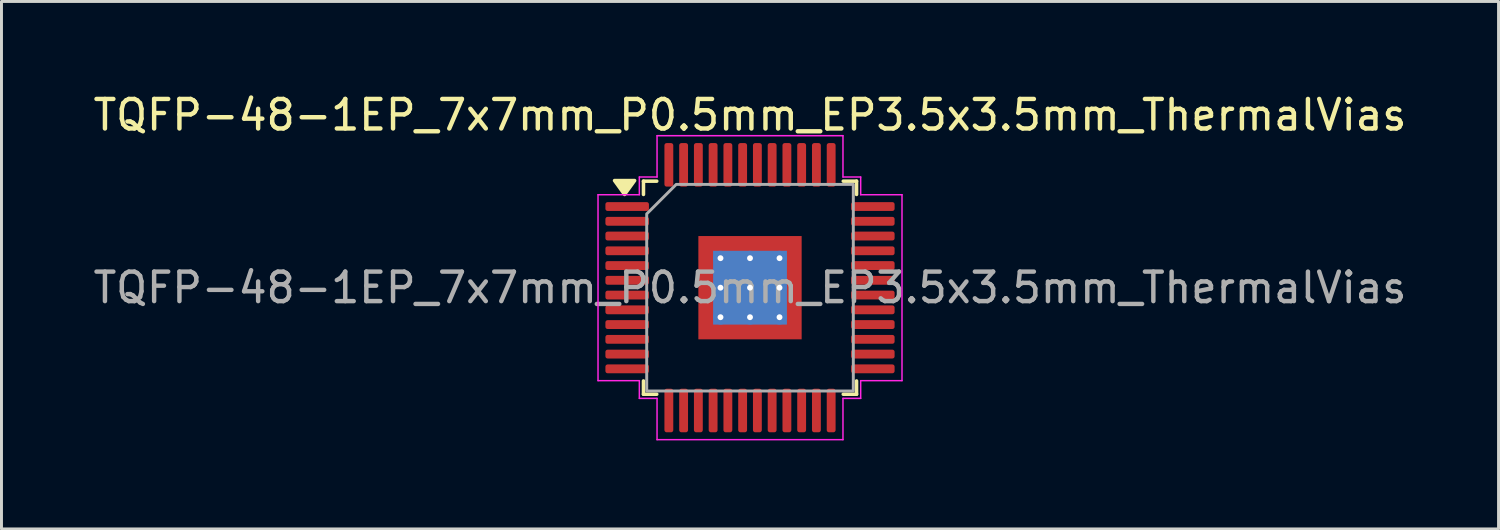
<source format=kicad_pcb>
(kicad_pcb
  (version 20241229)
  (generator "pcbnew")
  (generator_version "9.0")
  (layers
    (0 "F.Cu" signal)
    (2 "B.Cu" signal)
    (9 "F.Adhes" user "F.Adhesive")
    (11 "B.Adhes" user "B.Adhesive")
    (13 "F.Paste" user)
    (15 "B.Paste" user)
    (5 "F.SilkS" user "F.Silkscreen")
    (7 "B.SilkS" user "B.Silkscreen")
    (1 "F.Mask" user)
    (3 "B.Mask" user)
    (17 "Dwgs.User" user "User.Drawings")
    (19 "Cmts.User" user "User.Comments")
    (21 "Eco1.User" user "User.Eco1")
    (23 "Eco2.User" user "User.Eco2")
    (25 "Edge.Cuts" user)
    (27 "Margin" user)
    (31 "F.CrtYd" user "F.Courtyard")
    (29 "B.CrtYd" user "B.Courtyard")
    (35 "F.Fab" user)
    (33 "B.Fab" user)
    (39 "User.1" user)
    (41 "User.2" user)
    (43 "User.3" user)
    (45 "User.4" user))
  (footprint "TQFP-48-1EP_7x7mm_P0.5mm_EP3.5x3.5mm_ThermalVias"
    (layer "F.Cu")
    (at 22.363 6.698)
    (property "Reference" "TQFP-48-1EP_7x7mm_P0.5mm_EP3.5x3.5mm_ThermalVias" (at 0 -5.85 0) (layer "F.SilkS") (effects (font (size 1 1) (thickness 0.15))))
    (attr smd)
    (fp_line (start -3.61 -3.61) (end -3.16 -3.61) (stroke (width 0.12) (type solid)) (layer "F.SilkS"))
    (fp_line (start -3.61 -3.16) (end -3.61 -3.61) (stroke (width 0.12) (type solid)) (layer "F.SilkS"))
    (fp_line (start -3.61 3.61) (end -3.61 3.16) (stroke (width 0.12) (type solid)) (layer "F.SilkS"))
    (fp_line (start -3.16 3.61) (end -3.61 3.61) (stroke (width 0.12) (type solid)) (layer "F.SilkS"))
    (fp_line (start 3.16 -3.61) (end 3.61 -3.61) (stroke (width 0.12) (type solid)) (layer "F.SilkS"))
    (fp_line (start 3.61 -3.61) (end 3.61 -3.16) (stroke (width 0.12) (type solid)) (layer "F.SilkS"))
    (fp_line (start 3.61 3.16) (end 3.61 3.61) (stroke (width 0.12) (type solid)) (layer "F.SilkS"))
    (fp_line (start 3.61 3.61) (end 3.16 3.61) (stroke (width 0.12) (type solid)) (layer "F.SilkS"))
    (fp_poly (pts (xy -4.25 -3.16) (xy -4.59 -3.63) (xy -3.91 -3.63)) (stroke (width 0.12) (type solid)) (fill yes) (layer "F.SilkS"))
    (fp_line (start -5.15 -3.15) (end -3.75 -3.15) (stroke (width 0.05) (type solid)) (layer "F.CrtYd"))
    (fp_line (start -5.15 3.15) (end -5.15 -3.15) (stroke (width 0.05) (type solid)) (layer "F.CrtYd"))
    (fp_line (start -3.75 -3.75) (end -3.15 -3.75) (stroke (width 0.05) (type solid)) (layer "F.CrtYd"))
    (fp_line (start -3.75 -3.15) (end -3.75 -3.75) (stroke (width 0.05) (type solid)) (layer "F.CrtYd"))
    (fp_line (start -3.75 3.15) (end -5.15 3.15) (stroke (width 0.05) (type solid)) (layer "F.CrtYd"))
    (fp_line (start -3.75 3.75) (end -3.75 3.15) (stroke (width 0.05) (type solid)) (layer "F.CrtYd"))
    (fp_line (start -3.15 -5.15) (end 3.15 -5.15) (stroke (width 0.05) (type solid)) (layer "F.CrtYd"))
    (fp_line (start -3.15 -3.75) (end -3.15 -5.15) (stroke (width 0.05) (type solid)) (layer "F.CrtYd"))
    (fp_line (start -3.15 3.75) (end -3.75 3.75) (stroke (width 0.05) (type solid)) (layer "F.CrtYd"))
    (fp_line (start -3.15 5.15) (end -3.15 3.75) (stroke (width 0.05) (type solid)) (layer "F.CrtYd"))
    (fp_line (start 3.15 -5.15) (end 3.15 -3.75) (stroke (width 0.05) (type solid)) (layer "F.CrtYd"))
    (fp_line (start 3.15 -3.75) (end 3.75 -3.75) (stroke (width 0.05) (type solid)) (layer "F.CrtYd"))
    (fp_line (start 3.15 3.75) (end 3.15 5.15) (stroke (width 0.05) (type solid)) (layer "F.CrtYd"))
    (fp_line (start 3.15 5.15) (end -3.15 5.15) (stroke (width 0.05) (type solid)) (layer "F.CrtYd"))
    (fp_line (start 3.75 -3.75) (end 3.75 -3.15) (stroke (width 0.05) (type solid)) (layer "F.CrtYd"))
    (fp_line (start 3.75 -3.15) (end 5.15 -3.15) (stroke (width 0.05) (type solid)) (layer "F.CrtYd"))
    (fp_line (start 3.75 3.15) (end 3.75 3.75) (stroke (width 0.05) (type solid)) (layer "F.CrtYd"))
    (fp_line (start 3.75 3.75) (end 3.15 3.75) (stroke (width 0.05) (type solid)) (layer "F.CrtYd"))
    (fp_line (start 5.15 -3.15) (end 5.15 3.15) (stroke (width 0.05) (type solid)) (layer "F.CrtYd"))
    (fp_line (start 5.15 3.15) (end 3.75 3.15) (stroke (width 0.05) (type solid)) (layer "F.CrtYd"))
    (fp_poly (pts (xy -3.5 -2.5) (xy -3.5 3.5) (xy 3.5 3.5) (xy 3.5 -3.5) (xy -2.5 -3.5)) (stroke (width 0.1) (type solid)) (fill no) (layer "F.Fab"))
    (fp_text user "${REFERENCE}" (at 0 0 0) (layer "F.Fab") (effects (font (size 1 1) (thickness 0.15))))
    (pad "" smd roundrect (at -0.875 -0.875) (size 1.41 1.41) (layers "F.Paste") (roundrect_rratio 0.177))
    (pad "" smd roundrect (at -0.875 0.875) (size 1.41 1.41) (layers "F.Paste") (roundrect_rratio 0.177))
    (pad "" smd roundrect (at 0.875 -0.875) (size 1.41 1.41) (layers "F.Paste") (roundrect_rratio 0.177))
    (pad "" smd roundrect (at 0.875 0.875) (size 1.41 1.41) (layers "F.Paste") (roundrect_rratio 0.177))
    (pad "1" smd roundrect (at -4.162 -2.75) (size 1.475 0.3) (layers "F.Cu" "F.Mask" "F.Paste") (roundrect_rratio 0.25))
    (pad "2" smd roundrect (at -4.162 -2.25) (size 1.475 0.3) (layers "F.Cu" "F.Mask" "F.Paste") (roundrect_rratio 0.25))
    (pad "3" smd roundrect (at -4.162 -1.75) (size 1.475 0.3) (layers "F.Cu" "F.Mask" "F.Paste") (roundrect_rratio 0.25))
    (pad "4" smd roundrect (at -4.162 -1.25) (size 1.475 0.3) (layers "F.Cu" "F.Mask" "F.Paste") (roundrect_rratio 0.25))
    (pad "5" smd roundrect (at -4.162 -0.75) (size 1.475 0.3) (layers "F.Cu" "F.Mask" "F.Paste") (roundrect_rratio 0.25))
    (pad "6" smd roundrect (at -4.162 -0.25) (size 1.475 0.3) (layers "F.Cu" "F.Mask" "F.Paste") (roundrect_rratio 0.25))
    (pad "7" smd roundrect (at -4.162 0.25) (size 1.475 0.3) (layers "F.Cu" "F.Mask" "F.Paste") (roundrect_rratio 0.25))
    (pad "8" smd roundrect (at -4.162 0.75) (size 1.475 0.3) (layers "F.Cu" "F.Mask" "F.Paste") (roundrect_rratio 0.25))
    (pad "9" smd roundrect (at -4.162 1.25) (size 1.475 0.3) (layers "F.Cu" "F.Mask" "F.Paste") (roundrect_rratio 0.25))
    (pad "10" smd roundrect (at -4.162 1.75) (size 1.475 0.3) (layers "F.Cu" "F.Mask" "F.Paste") (roundrect_rratio 0.25))
    (pad "11" smd roundrect (at -4.162 2.25) (size 1.475 0.3) (layers "F.Cu" "F.Mask" "F.Paste") (roundrect_rratio 0.25))
    (pad "12" smd roundrect (at -4.162 2.75) (size 1.475 0.3) (layers "F.Cu" "F.Mask" "F.Paste") (roundrect_rratio 0.25))
    (pad "13" smd roundrect (at -2.75 4.162) (size 0.3 1.475) (layers "F.Cu" "F.Mask" "F.Paste") (roundrect_rratio 0.25))
    (pad "14" smd roundrect (at -2.25 4.162) (size 0.3 1.475) (layers "F.Cu" "F.Mask" "F.Paste") (roundrect_rratio 0.25))
    (pad "15" smd roundrect (at -1.75 4.162) (size 0.3 1.475) (layers "F.Cu" "F.Mask" "F.Paste") (roundrect_rratio 0.25))
    (pad "16" smd roundrect (at -1.25 4.162) (size 0.3 1.475) (layers "F.Cu" "F.Mask" "F.Paste") (roundrect_rratio 0.25))
    (pad "17" smd roundrect (at -0.75 4.162) (size 0.3 1.475) (layers "F.Cu" "F.Mask" "F.Paste") (roundrect_rratio 0.25))
    (pad "18" smd roundrect (at -0.25 4.162) (size 0.3 1.475) (layers "F.Cu" "F.Mask" "F.Paste") (roundrect_rratio 0.25))
    (pad "19" smd roundrect (at 0.25 4.162) (size 0.3 1.475) (layers "F.Cu" "F.Mask" "F.Paste") (roundrect_rratio 0.25))
    (pad "20" smd roundrect (at 0.75 4.162) (size 0.3 1.475) (layers "F.Cu" "F.Mask" "F.Paste") (roundrect_rratio 0.25))
    (pad "21" smd roundrect (at 1.25 4.162) (size 0.3 1.475) (layers "F.Cu" "F.Mask" "F.Paste") (roundrect_rratio 0.25))
    (pad "22" smd roundrect (at 1.75 4.162) (size 0.3 1.475) (layers "F.Cu" "F.Mask" "F.Paste") (roundrect_rratio 0.25))
    (pad "23" smd roundrect (at 2.25 4.162) (size 0.3 1.475) (layers "F.Cu" "F.Mask" "F.Paste") (roundrect_rratio 0.25))
    (pad "24" smd roundrect (at 2.75 4.162) (size 0.3 1.475) (layers "F.Cu" "F.Mask" "F.Paste") (roundrect_rratio 0.25))
    (pad "25" smd roundrect (at 4.162 2.75) (size 1.475 0.3) (layers "F.Cu" "F.Mask" "F.Paste") (roundrect_rratio 0.25))
    (pad "26" smd roundrect (at 4.162 2.25) (size 1.475 0.3) (layers "F.Cu" "F.Mask" "F.Paste") (roundrect_rratio 0.25))
    (pad "27" smd roundrect (at 4.162 1.75) (size 1.475 0.3) (layers "F.Cu" "F.Mask" "F.Paste") (roundrect_rratio 0.25))
    (pad "28" smd roundrect (at 4.162 1.25) (size 1.475 0.3) (layers "F.Cu" "F.Mask" "F.Paste") (roundrect_rratio 0.25))
    (pad "29" smd roundrect (at 4.162 0.75) (size 1.475 0.3) (layers "F.Cu" "F.Mask" "F.Paste") (roundrect_rratio 0.25))
    (pad "30" smd roundrect (at 4.162 0.25) (size 1.475 0.3) (layers "F.Cu" "F.Mask" "F.Paste") (roundrect_rratio 0.25))
    (pad "31" smd roundrect (at 4.162 -0.25) (size 1.475 0.3) (layers "F.Cu" "F.Mask" "F.Paste") (roundrect_rratio 0.25))
    (pad "32" smd roundrect (at 4.162 -0.75) (size 1.475 0.3) (layers "F.Cu" "F.Mask" "F.Paste") (roundrect_rratio 0.25))
    (pad "33" smd roundrect (at 4.162 -1.25) (size 1.475 0.3) (layers "F.Cu" "F.Mask" "F.Paste") (roundrect_rratio 0.25))
    (pad "34" smd roundrect (at 4.162 -1.75) (size 1.475 0.3) (layers "F.Cu" "F.Mask" "F.Paste") (roundrect_rratio 0.25))
    (pad "35" smd roundrect (at 4.162 -2.25) (size 1.475 0.3) (layers "F.Cu" "F.Mask" "F.Paste") (roundrect_rratio 0.25))
    (pad "36" smd roundrect (at 4.162 -2.75) (size 1.475 0.3) (layers "F.Cu" "F.Mask" "F.Paste") (roundrect_rratio 0.25))
    (pad "37" smd roundrect (at 2.75 -4.162) (size 0.3 1.475) (layers "F.Cu" "F.Mask" "F.Paste") (roundrect_rratio 0.25))
    (pad "38" smd roundrect (at 2.25 -4.162) (size 0.3 1.475) (layers "F.Cu" "F.Mask" "F.Paste") (roundrect_rratio 0.25))
    (pad "39" smd roundrect (at 1.75 -4.162) (size 0.3 1.475) (layers "F.Cu" "F.Mask" "F.Paste") (roundrect_rratio 0.25))
    (pad "40" smd roundrect (at 1.25 -4.162) (size 0.3 1.475) (layers "F.Cu" "F.Mask" "F.Paste") (roundrect_rratio 0.25))
    (pad "41" smd roundrect (at 0.75 -4.162) (size 0.3 1.475) (layers "F.Cu" "F.Mask" "F.Paste") (roundrect_rratio 0.25))
    (pad "42" smd roundrect (at 0.25 -4.162) (size 0.3 1.475) (layers "F.Cu" "F.Mask" "F.Paste") (roundrect_rratio 0.25))
    (pad "43" smd roundrect (at -0.25 -4.162) (size 0.3 1.475) (layers "F.Cu" "F.Mask" "F.Paste") (roundrect_rratio 0.25))
    (pad "44" smd roundrect (at -0.75 -4.162) (size 0.3 1.475) (layers "F.Cu" "F.Mask" "F.Paste") (roundrect_rratio 0.25))
    (pad "45" smd roundrect (at -1.25 -4.162) (size 0.3 1.475) (layers "F.Cu" "F.Mask" "F.Paste") (roundrect_rratio 0.25))
    (pad "46" smd roundrect (at -1.75 -4.162) (size 0.3 1.475) (layers "F.Cu" "F.Mask" "F.Paste") (roundrect_rratio 0.25))
    (pad "47" smd roundrect (at -2.25 -4.162) (size 0.3 1.475) (layers "F.Cu" "F.Mask" "F.Paste") (roundrect_rratio 0.25))
    (pad "48" smd roundrect (at -2.75 -4.162) (size 0.3 1.475) (layers "F.Cu" "F.Mask" "F.Paste") (roundrect_rratio 0.25))
    (pad "49" thru_hole circle (at -1 -1) (size 0.5 0.5) (drill 0.2) (property pad_prop_heatsink) (layers "*.Cu"))
    (pad "49" thru_hole circle (at -1 0) (size 0.5 0.5) (drill 0.2) (property pad_prop_heatsink) (layers "*.Cu"))
    (pad "49" thru_hole circle (at -1 1) (size 0.5 0.5) (drill 0.2) (property pad_prop_heatsink) (layers "*.Cu"))
    (pad "49" thru_hole circle (at 0 -1) (size 0.5 0.5) (drill 0.2) (property pad_prop_heatsink) (layers "*.Cu"))
    (pad "49" thru_hole circle (at 0 0) (size 0.5 0.5) (drill 0.2) (property pad_prop_heatsink) (layers "*.Cu"))
    (pad "49" smd rect (at 0 0) (size 2.5 2.5) (property pad_prop_heatsink) (layers "B.Cu"))
    (pad "49" smd rect (at 0 0) (size 3.5 3.5) (property pad_prop_heatsink) (layers "F.Cu" "F.Mask"))
    (pad "49" thru_hole circle (at 0 1) (size 0.5 0.5) (drill 0.2) (property pad_prop_heatsink) (layers "*.Cu"))
    (pad "49" thru_hole circle (at 1 -1) (size 0.5 0.5) (drill 0.2) (property pad_prop_heatsink) (layers "*.Cu"))
    (pad "49" thru_hole circle (at 1 0) (size 0.5 0.5) (drill 0.2) (property pad_prop_heatsink) (layers "*.Cu"))
    (pad "49" thru_hole circle (at 1 1) (size 0.5 0.5) (drill 0.2) (property pad_prop_heatsink) (layers "*.Cu")))
  (gr_rect
    (start -3 -3)
    (end 47.726 14.873)
    (stroke (width 0.1) (type default))
    (fill no)
    (layer "Edge.Cuts")))
</source>
